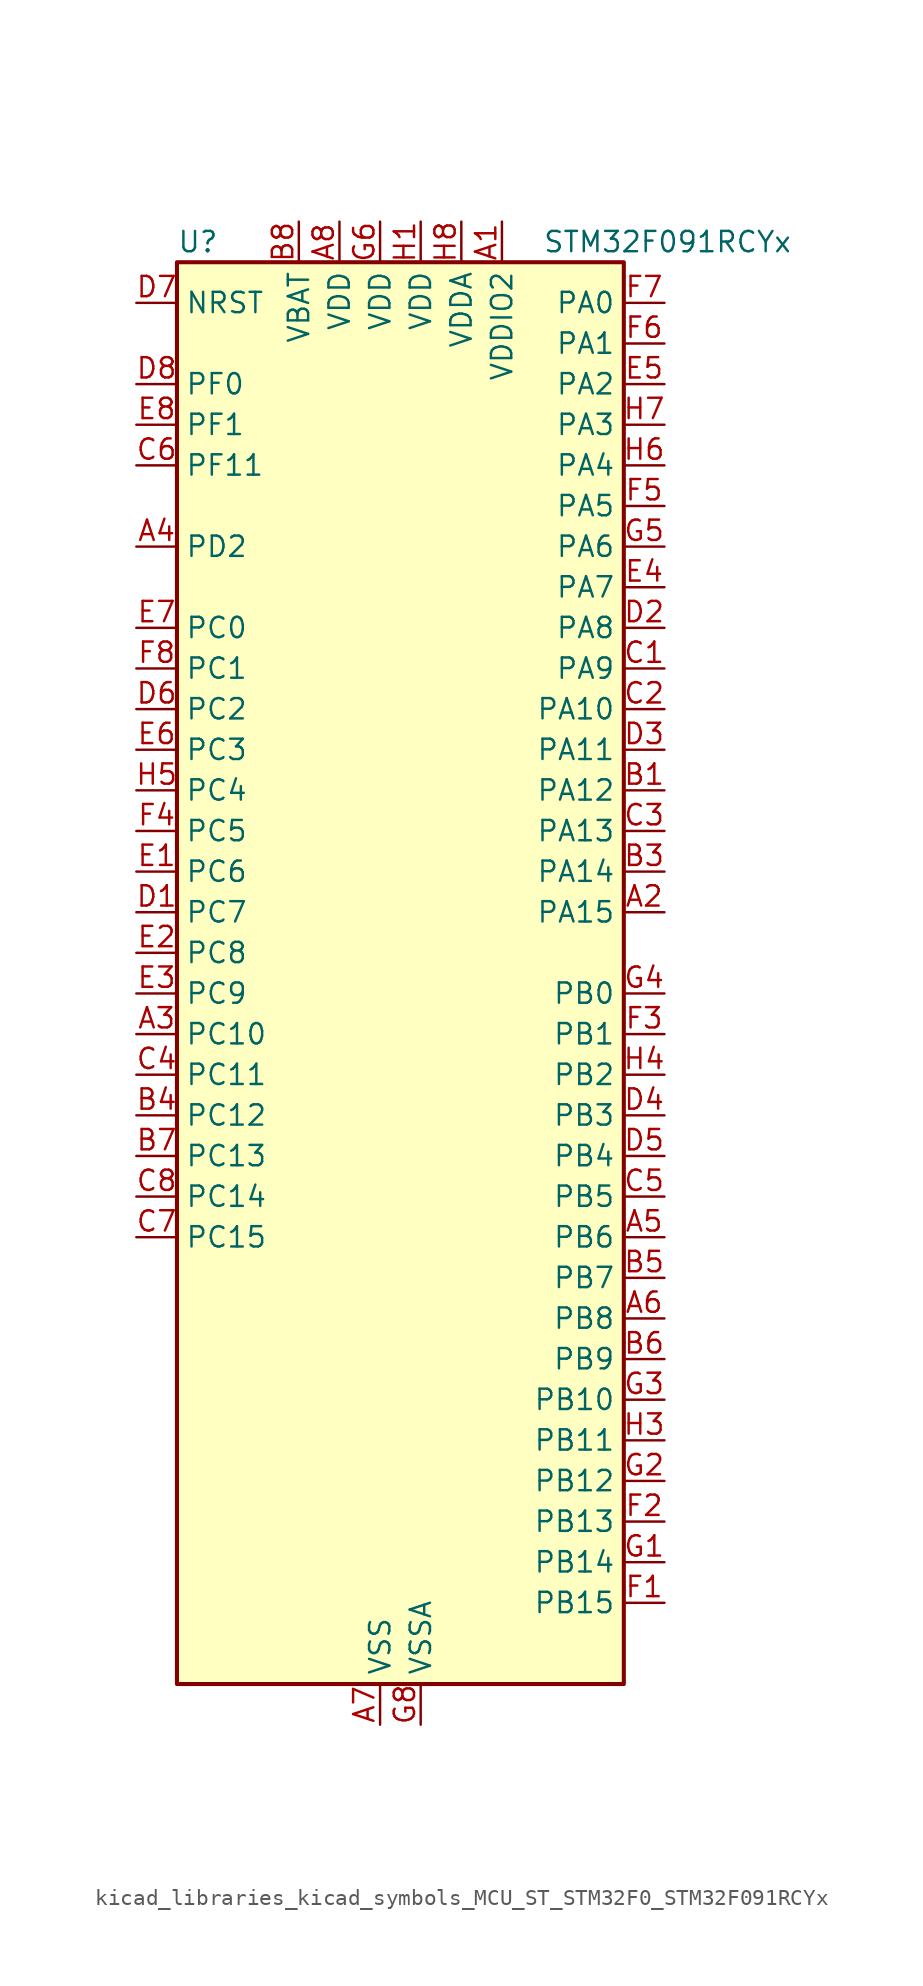
<source format=kicad_sym>
(kicad_symbol_lib
  (version 20220914)
  (generator kicad_symbol_editor)
  (symbol "kicad_libraries_kicad_symbols_MCU_ST_STM32F0_STM32F091RCYx"
    (property "Reference" "U"
      (at -12.7 46.99 0)
      (effects (font (size 1.27 1.27)) (justify left)))
    (property "Value" "STM32F091RCYx"
      (at 10.16 46.99 0)
      (effects (font (size 1.27 1.27)) (justify left)))
    (property "ki_locked" ""
      (at 0 0 0)
      (effects (font (size 1.27 1.27))))
    (symbol "kicad_libraries_kicad_symbols_MCU_ST_STM32F0_STM32F091RCYx_0_1"
      (rectangle (start -12.7 -43.18) (end 15.24 45.72) (stroke (width 0.254) (type default)) (fill (type background))))
    (symbol "kicad_libraries_kicad_symbols_MCU_ST_STM32F0_STM32F091RCYx_1_1"
      (pin power_in line (at 7.62 48.26 270) (length 2.54) (name "VDDIO2" (effects (font (size 1.27 1.27)))) (number "A1" (effects (font (size 1.27 1.27)))))
      (pin bidirectional line (at 17.78 5.08 180) (length 2.54) (name "PA15" (effects (font (size 1.27 1.27)))) (number "A2" (effects (font (size 1.27 1.27)))) (alternate "I2S1_WS" bidirectional line) (alternate "SPI1_NSS" bidirectional line) (alternate "TIM2_CH1" bidirectional line) (alternate "TIM2_ETR" bidirectional line) (alternate "USART2_RX" bidirectional line) (alternate "USART4_DE" bidirectional line) (alternate "USART4_RTS" bidirectional line))
      (pin bidirectional line (at -15.24 -2.54 0) (length 2.54) (name "PC10" (effects (font (size 1.27 1.27)))) (number "A3" (effects (font (size 1.27 1.27)))) (alternate "USART3_TX" bidirectional line) (alternate "USART4_TX" bidirectional line))
      (pin bidirectional line (at -15.24 27.94 0) (length 2.54) (name "PD2" (effects (font (size 1.27 1.27)))) (number "A4" (effects (font (size 1.27 1.27)))) (alternate "TIM3_ETR" bidirectional line) (alternate "USART3_DE" bidirectional line) (alternate "USART3_RTS" bidirectional line) (alternate "USART5_RX" bidirectional line))
      (pin bidirectional line (at 17.78 -15.24 180) (length 2.54) (name "PB6" (effects (font (size 1.27 1.27)))) (number "A5" (effects (font (size 1.27 1.27)))) (alternate "I2C1_SCL" bidirectional line) (alternate "TIM16_CH1N" bidirectional line) (alternate "TSC_G5_IO3" bidirectional line) (alternate "USART1_TX" bidirectional line))
      (pin bidirectional line (at 17.78 -20.32 180) (length 2.54) (name "PB8" (effects (font (size 1.27 1.27)))) (number "A6" (effects (font (size 1.27 1.27)))) (alternate "CAN_RX" bidirectional line) (alternate "CEC" bidirectional line) (alternate "I2C1_SCL" bidirectional line) (alternate "TIM16_CH1" bidirectional line) (alternate "TSC_SYNC" bidirectional line))
      (pin power_in line (at 0 -45.72 90) (length 2.54) (name "VSS" (effects (font (size 1.27 1.27)))) (number "A7" (effects (font (size 1.27 1.27)))))
      (pin power_in line (at -2.54 48.26 270) (length 2.54) (name "VDD" (effects (font (size 1.27 1.27)))) (number "A8" (effects (font (size 1.27 1.27)))))
      (pin bidirectional line (at 17.78 12.7 180) (length 2.54) (name "PA12" (effects (font (size 1.27 1.27)))) (number "B1" (effects (font (size 1.27 1.27)))) (alternate "CAN_TX" bidirectional line) (alternate "COMP2_OUT" bidirectional line) (alternate "I2C2_SDA" bidirectional line) (alternate "TIM1_ETR" bidirectional line) (alternate "TSC_G4_IO4" bidirectional line) (alternate "USART1_DE" bidirectional line) (alternate "USART1_RTS" bidirectional line))
      (pin passive line (at 0 -45.72 90) (length 2.54) hide (name "VSS" (effects (font (size 1.27 1.27)))) (number "B2" (effects (font (size 1.27 1.27)))))
      (pin bidirectional line (at 17.78 7.62 180) (length 2.54) (name "PA14" (effects (font (size 1.27 1.27)))) (number "B3" (effects (font (size 1.27 1.27)))) (alternate "SYS_SWCLK" bidirectional line) (alternate "USART2_TX" bidirectional line))
      (pin bidirectional line (at -15.24 -7.62 0) (length 2.54) (name "PC12" (effects (font (size 1.27 1.27)))) (number "B4" (effects (font (size 1.27 1.27)))) (alternate "USART3_CK" bidirectional line) (alternate "USART4_CK" bidirectional line) (alternate "USART5_TX" bidirectional line))
      (pin bidirectional line (at 17.78 -17.78 180) (length 2.54) (name "PB7" (effects (font (size 1.27 1.27)))) (number "B5" (effects (font (size 1.27 1.27)))) (alternate "I2C1_SDA" bidirectional line) (alternate "TIM17_CH1N" bidirectional line) (alternate "TSC_G5_IO4" bidirectional line) (alternate "USART1_RX" bidirectional line) (alternate "USART4_CTS" bidirectional line))
      (pin bidirectional line (at 17.78 -22.86 180) (length 2.54) (name "PB9" (effects (font (size 1.27 1.27)))) (number "B6" (effects (font (size 1.27 1.27)))) (alternate "CAN_TX" bidirectional line) (alternate "DAC_EXTI9" bidirectional line) (alternate "I2C1_SDA" bidirectional line) (alternate "I2S2_WS" bidirectional line) (alternate "IR_OUT" bidirectional line) (alternate "SPI2_NSS" bidirectional line) (alternate "TIM17_CH1" bidirectional line))
      (pin bidirectional line (at -15.24 -10.16 0) (length 2.54) (name "PC13" (effects (font (size 1.27 1.27)))) (number "B7" (effects (font (size 1.27 1.27)))) (alternate "RTC_OUT_ALARM" bidirectional line) (alternate "RTC_OUT_CALIB" bidirectional line) (alternate "RTC_TAMP1" bidirectional line) (alternate "RTC_TS" bidirectional line) (alternate "SYS_WKUP2" bidirectional line))
      (pin power_in line (at -5.08 48.26 270) (length 2.54) (name "VBAT" (effects (font (size 1.27 1.27)))) (number "B8" (effects (font (size 1.27 1.27)))))
      (pin bidirectional line (at 17.78 20.32 180) (length 2.54) (name "PA9" (effects (font (size 1.27 1.27)))) (number "C1" (effects (font (size 1.27 1.27)))) (alternate "DAC_EXTI9" bidirectional line) (alternate "I2C1_SCL" bidirectional line) (alternate "RCC_MCO" bidirectional line) (alternate "TIM15_BKIN" bidirectional line) (alternate "TIM1_CH2" bidirectional line) (alternate "TSC_G4_IO1" bidirectional line) (alternate "USART1_TX" bidirectional line))
      (pin bidirectional line (at 17.78 17.78 180) (length 2.54) (name "PA10" (effects (font (size 1.27 1.27)))) (number "C2" (effects (font (size 1.27 1.27)))) (alternate "I2C1_SDA" bidirectional line) (alternate "TIM17_BKIN" bidirectional line) (alternate "TIM1_CH3" bidirectional line) (alternate "TSC_G4_IO2" bidirectional line) (alternate "USART1_RX" bidirectional line))
      (pin bidirectional line (at 17.78 10.16 180) (length 2.54) (name "PA13" (effects (font (size 1.27 1.27)))) (number "C3" (effects (font (size 1.27 1.27)))) (alternate "IR_OUT" bidirectional line) (alternate "SYS_SWDIO" bidirectional line))
      (pin bidirectional line (at -15.24 -5.08 0) (length 2.54) (name "PC11" (effects (font (size 1.27 1.27)))) (number "C4" (effects (font (size 1.27 1.27)))) (alternate "USART3_RX" bidirectional line) (alternate "USART4_RX" bidirectional line))
      (pin bidirectional line (at 17.78 -12.7 180) (length 2.54) (name "PB5" (effects (font (size 1.27 1.27)))) (number "C5" (effects (font (size 1.27 1.27)))) (alternate "I2C1_SMBA" bidirectional line) (alternate "I2S1_SD" bidirectional line) (alternate "SPI1_MOSI" bidirectional line) (alternate "SYS_WKUP6" bidirectional line) (alternate "TIM16_BKIN" bidirectional line) (alternate "TIM3_CH2" bidirectional line) (alternate "USART5_CK" bidirectional line) (alternate "USART5_DE" bidirectional line) (alternate "USART5_RTS" bidirectional line))
      (pin bidirectional line (at -15.24 33.02 0) (length 2.54) (name "PF11" (effects (font (size 1.27 1.27)))) (number "C6" (effects (font (size 1.27 1.27)))))
      (pin bidirectional line (at -15.24 -15.24 0) (length 2.54) (name "PC15" (effects (font (size 1.27 1.27)))) (number "C7" (effects (font (size 1.27 1.27)))) (alternate "RCC_OSC32_OUT" bidirectional line))
      (pin bidirectional line (at -15.24 -12.7 0) (length 2.54) (name "PC14" (effects (font (size 1.27 1.27)))) (number "C8" (effects (font (size 1.27 1.27)))) (alternate "RCC_OSC32_IN" bidirectional line))
      (pin bidirectional line (at -15.24 5.08 0) (length 2.54) (name "PC7" (effects (font (size 1.27 1.27)))) (number "D1" (effects (font (size 1.27 1.27)))) (alternate "TIM3_CH2" bidirectional line) (alternate "USART7_RX" bidirectional line))
      (pin bidirectional line (at 17.78 22.86 180) (length 2.54) (name "PA8" (effects (font (size 1.27 1.27)))) (number "D2" (effects (font (size 1.27 1.27)))) (alternate "CRS_SYNC" bidirectional line) (alternate "RCC_MCO" bidirectional line) (alternate "TIM1_CH1" bidirectional line) (alternate "USART1_CK" bidirectional line))
      (pin bidirectional line (at 17.78 15.24 180) (length 2.54) (name "PA11" (effects (font (size 1.27 1.27)))) (number "D3" (effects (font (size 1.27 1.27)))) (alternate "CAN_RX" bidirectional line) (alternate "COMP1_OUT" bidirectional line) (alternate "I2C2_SCL" bidirectional line) (alternate "TIM1_CH4" bidirectional line) (alternate "TSC_G4_IO3" bidirectional line) (alternate "USART1_CTS" bidirectional line))
      (pin bidirectional line (at 17.78 -7.62 180) (length 2.54) (name "PB3" (effects (font (size 1.27 1.27)))) (number "D4" (effects (font (size 1.27 1.27)))) (alternate "I2S1_CK" bidirectional line) (alternate "SPI1_SCK" bidirectional line) (alternate "TIM2_CH2" bidirectional line) (alternate "TSC_G5_IO1" bidirectional line) (alternate "USART5_TX" bidirectional line))
      (pin bidirectional line (at 17.78 -10.16 180) (length 2.54) (name "PB4" (effects (font (size 1.27 1.27)))) (number "D5" (effects (font (size 1.27 1.27)))) (alternate "I2S1_MCK" bidirectional line) (alternate "SPI1_MISO" bidirectional line) (alternate "TIM17_BKIN" bidirectional line) (alternate "TIM3_CH1" bidirectional line) (alternate "TSC_G5_IO2" bidirectional line) (alternate "USART5_RX" bidirectional line))
      (pin bidirectional line (at -15.24 17.78 0) (length 2.54) (name "PC2" (effects (font (size 1.27 1.27)))) (number "D6" (effects (font (size 1.27 1.27)))) (alternate "ADC_IN12" bidirectional line) (alternate "I2S2_MCK" bidirectional line) (alternate "SPI2_MISO" bidirectional line) (alternate "USART8_TX" bidirectional line))
      (pin input line (at -15.24 43.18 0) (length 2.54) (name "NRST" (effects (font (size 1.27 1.27)))) (number "D7" (effects (font (size 1.27 1.27)))))
      (pin bidirectional line (at -15.24 38.1 0) (length 2.54) (name "PF0" (effects (font (size 1.27 1.27)))) (number "D8" (effects (font (size 1.27 1.27)))) (alternate "CRS_SYNC" bidirectional line) (alternate "I2C1_SDA" bidirectional line) (alternate "RCC_OSC_IN" bidirectional line))
      (pin bidirectional line (at -15.24 7.62 0) (length 2.54) (name "PC6" (effects (font (size 1.27 1.27)))) (number "E1" (effects (font (size 1.27 1.27)))) (alternate "TIM3_CH1" bidirectional line) (alternate "USART7_TX" bidirectional line))
      (pin bidirectional line (at -15.24 2.54 0) (length 2.54) (name "PC8" (effects (font (size 1.27 1.27)))) (number "E2" (effects (font (size 1.27 1.27)))) (alternate "TIM3_CH3" bidirectional line) (alternate "USART8_TX" bidirectional line))
      (pin bidirectional line (at -15.24 0 0) (length 2.54) (name "PC9" (effects (font (size 1.27 1.27)))) (number "E3" (effects (font (size 1.27 1.27)))) (alternate "DAC_EXTI9" bidirectional line) (alternate "TIM3_CH4" bidirectional line) (alternate "USART8_RX" bidirectional line))
      (pin bidirectional line (at 17.78 25.4 180) (length 2.54) (name "PA7" (effects (font (size 1.27 1.27)))) (number "E4" (effects (font (size 1.27 1.27)))) (alternate "ADC_IN7" bidirectional line) (alternate "COMP2_OUT" bidirectional line) (alternate "I2S1_SD" bidirectional line) (alternate "SPI1_MOSI" bidirectional line) (alternate "TIM14_CH1" bidirectional line) (alternate "TIM17_CH1" bidirectional line) (alternate "TIM1_CH1N" bidirectional line) (alternate "TIM3_CH2" bidirectional line) (alternate "TSC_G2_IO4" bidirectional line))
      (pin bidirectional line (at 17.78 38.1 180) (length 2.54) (name "PA2" (effects (font (size 1.27 1.27)))) (number "E5" (effects (font (size 1.27 1.27)))) (alternate "ADC_IN2" bidirectional line) (alternate "COMP2_INM" bidirectional line) (alternate "COMP2_OUT" bidirectional line) (alternate "SYS_WKUP4" bidirectional line) (alternate "TIM15_CH1" bidirectional line) (alternate "TIM2_CH3" bidirectional line) (alternate "TSC_G1_IO3" bidirectional line) (alternate "USART2_TX" bidirectional line))
      (pin bidirectional line (at -15.24 15.24 0) (length 2.54) (name "PC3" (effects (font (size 1.27 1.27)))) (number "E6" (effects (font (size 1.27 1.27)))) (alternate "ADC_IN13" bidirectional line) (alternate "I2S2_SD" bidirectional line) (alternate "SPI2_MOSI" bidirectional line) (alternate "USART8_RX" bidirectional line))
      (pin bidirectional line (at -15.24 22.86 0) (length 2.54) (name "PC0" (effects (font (size 1.27 1.27)))) (number "E7" (effects (font (size 1.27 1.27)))) (alternate "ADC_IN10" bidirectional line) (alternate "USART6_TX" bidirectional line) (alternate "USART7_TX" bidirectional line))
      (pin bidirectional line (at -15.24 35.56 0) (length 2.54) (name "PF1" (effects (font (size 1.27 1.27)))) (number "E8" (effects (font (size 1.27 1.27)))) (alternate "I2C1_SCL" bidirectional line) (alternate "RCC_OSC_OUT" bidirectional line))
      (pin bidirectional line (at 17.78 -38.1 180) (length 2.54) (name "PB15" (effects (font (size 1.27 1.27)))) (number "F1" (effects (font (size 1.27 1.27)))) (alternate "I2S2_SD" bidirectional line) (alternate "RTC_REFIN" bidirectional line) (alternate "SPI2_MOSI" bidirectional line) (alternate "SYS_WKUP7" bidirectional line) (alternate "TIM15_CH1N" bidirectional line) (alternate "TIM15_CH2" bidirectional line) (alternate "TIM1_CH3N" bidirectional line))
      (pin bidirectional line (at 17.78 -33.02 180) (length 2.54) (name "PB13" (effects (font (size 1.27 1.27)))) (number "F2" (effects (font (size 1.27 1.27)))) (alternate "I2C2_SCL" bidirectional line) (alternate "I2S2_CK" bidirectional line) (alternate "SPI2_SCK" bidirectional line) (alternate "TIM1_CH1N" bidirectional line) (alternate "TSC_G6_IO3" bidirectional line) (alternate "USART3_CTS" bidirectional line))
      (pin bidirectional line (at 17.78 -2.54 180) (length 2.54) (name "PB1" (effects (font (size 1.27 1.27)))) (number "F3" (effects (font (size 1.27 1.27)))) (alternate "ADC_IN9" bidirectional line) (alternate "TIM14_CH1" bidirectional line) (alternate "TIM1_CH3N" bidirectional line) (alternate "TIM3_CH4" bidirectional line) (alternate "TSC_G3_IO3" bidirectional line) (alternate "USART3_DE" bidirectional line) (alternate "USART3_RTS" bidirectional line))
      (pin bidirectional line (at -15.24 10.16 0) (length 2.54) (name "PC5" (effects (font (size 1.27 1.27)))) (number "F4" (effects (font (size 1.27 1.27)))) (alternate "ADC_IN15" bidirectional line) (alternate "SYS_WKUP5" bidirectional line) (alternate "TSC_G3_IO1" bidirectional line) (alternate "USART3_RX" bidirectional line))
      (pin bidirectional line (at 17.78 30.48 180) (length 2.54) (name "PA5" (effects (font (size 1.27 1.27)))) (number "F5" (effects (font (size 1.27 1.27)))) (alternate "ADC_IN5" bidirectional line) (alternate "CEC" bidirectional line) (alternate "COMP1_INM" bidirectional line) (alternate "COMP2_INM" bidirectional line) (alternate "DAC_OUT2" bidirectional line) (alternate "I2S1_CK" bidirectional line) (alternate "SPI1_SCK" bidirectional line) (alternate "TIM2_CH1" bidirectional line) (alternate "TIM2_ETR" bidirectional line) (alternate "TSC_G2_IO2" bidirectional line) (alternate "USART6_RX" bidirectional line))
      (pin bidirectional line (at 17.78 40.64 180) (length 2.54) (name "PA1" (effects (font (size 1.27 1.27)))) (number "F6" (effects (font (size 1.27 1.27)))) (alternate "ADC_IN1" bidirectional line) (alternate "COMP1_INP" bidirectional line) (alternate "TIM15_CH1N" bidirectional line) (alternate "TIM2_CH2" bidirectional line) (alternate "TSC_G1_IO2" bidirectional line) (alternate "USART2_DE" bidirectional line) (alternate "USART2_RTS" bidirectional line) (alternate "USART4_RX" bidirectional line))
      (pin bidirectional line (at 17.78 43.18 180) (length 2.54) (name "PA0" (effects (font (size 1.27 1.27)))) (number "F7" (effects (font (size 1.27 1.27)))) (alternate "ADC_IN0" bidirectional line) (alternate "COMP1_INM" bidirectional line) (alternate "COMP1_OUT" bidirectional line) (alternate "RTC_TAMP2" bidirectional line) (alternate "SYS_WKUP1" bidirectional line) (alternate "TIM2_CH1" bidirectional line) (alternate "TIM2_ETR" bidirectional line) (alternate "TSC_G1_IO1" bidirectional line) (alternate "USART2_CTS" bidirectional line) (alternate "USART4_TX" bidirectional line))
      (pin bidirectional line (at -15.24 20.32 0) (length 2.54) (name "PC1" (effects (font (size 1.27 1.27)))) (number "F8" (effects (font (size 1.27 1.27)))) (alternate "ADC_IN11" bidirectional line) (alternate "USART6_RX" bidirectional line) (alternate "USART7_RX" bidirectional line))
      (pin bidirectional line (at 17.78 -35.56 180) (length 2.54) (name "PB14" (effects (font (size 1.27 1.27)))) (number "G1" (effects (font (size 1.27 1.27)))) (alternate "I2C2_SDA" bidirectional line) (alternate "I2S2_MCK" bidirectional line) (alternate "SPI2_MISO" bidirectional line) (alternate "TIM15_CH1" bidirectional line) (alternate "TIM1_CH2N" bidirectional line) (alternate "TSC_G6_IO4" bidirectional line) (alternate "USART3_DE" bidirectional line) (alternate "USART3_RTS" bidirectional line))
      (pin bidirectional line (at 17.78 -30.48 180) (length 2.54) (name "PB12" (effects (font (size 1.27 1.27)))) (number "G2" (effects (font (size 1.27 1.27)))) (alternate "I2S2_WS" bidirectional line) (alternate "SPI2_NSS" bidirectional line) (alternate "TIM15_BKIN" bidirectional line) (alternate "TIM1_BKIN" bidirectional line) (alternate "TSC_G6_IO2" bidirectional line) (alternate "USART3_CK" bidirectional line))
      (pin bidirectional line (at 17.78 -25.4 180) (length 2.54) (name "PB10" (effects (font (size 1.27 1.27)))) (number "G3" (effects (font (size 1.27 1.27)))) (alternate "CEC" bidirectional line) (alternate "I2C2_SCL" bidirectional line) (alternate "I2S2_CK" bidirectional line) (alternate "SPI2_SCK" bidirectional line) (alternate "TIM2_CH3" bidirectional line) (alternate "TSC_SYNC" bidirectional line) (alternate "USART3_TX" bidirectional line))
      (pin bidirectional line (at 17.78 0 180) (length 2.54) (name "PB0" (effects (font (size 1.27 1.27)))) (number "G4" (effects (font (size 1.27 1.27)))) (alternate "ADC_IN8" bidirectional line) (alternate "TIM1_CH2N" bidirectional line) (alternate "TIM3_CH3" bidirectional line) (alternate "TSC_G3_IO2" bidirectional line) (alternate "USART3_CK" bidirectional line))
      (pin bidirectional line (at 17.78 27.94 180) (length 2.54) (name "PA6" (effects (font (size 1.27 1.27)))) (number "G5" (effects (font (size 1.27 1.27)))) (alternate "ADC_IN6" bidirectional line) (alternate "COMP1_OUT" bidirectional line) (alternate "I2S1_MCK" bidirectional line) (alternate "SPI1_MISO" bidirectional line) (alternate "TIM16_CH1" bidirectional line) (alternate "TIM1_BKIN" bidirectional line) (alternate "TIM3_CH1" bidirectional line) (alternate "TSC_G2_IO3" bidirectional line) (alternate "USART3_CTS" bidirectional line))
      (pin power_in line (at 0 48.26 270) (length 2.54) (name "VDD" (effects (font (size 1.27 1.27)))) (number "G6" (effects (font (size 1.27 1.27)))))
      (pin passive line (at 0 -45.72 90) (length 2.54) hide (name "VSS" (effects (font (size 1.27 1.27)))) (number "G7" (effects (font (size 1.27 1.27)))))
      (pin power_in line (at 2.54 -45.72 90) (length 2.54) (name "VSSA" (effects (font (size 1.27 1.27)))) (number "G8" (effects (font (size 1.27 1.27)))))
      (pin power_in line (at 2.54 48.26 270) (length 2.54) (name "VDD" (effects (font (size 1.27 1.27)))) (number "H1" (effects (font (size 1.27 1.27)))))
      (pin passive line (at 0 -45.72 90) (length 2.54) hide (name "VSS" (effects (font (size 1.27 1.27)))) (number "H2" (effects (font (size 1.27 1.27)))))
      (pin bidirectional line (at 17.78 -27.94 180) (length 2.54) (name "PB11" (effects (font (size 1.27 1.27)))) (number "H3" (effects (font (size 1.27 1.27)))) (alternate "I2C2_SDA" bidirectional line) (alternate "TIM2_CH4" bidirectional line) (alternate "TSC_G6_IO1" bidirectional line) (alternate "USART3_RX" bidirectional line))
      (pin bidirectional line (at 17.78 -5.08 180) (length 2.54) (name "PB2" (effects (font (size 1.27 1.27)))) (number "H4" (effects (font (size 1.27 1.27)))) (alternate "TSC_G3_IO4" bidirectional line))
      (pin bidirectional line (at -15.24 12.7 0) (length 2.54) (name "PC4" (effects (font (size 1.27 1.27)))) (number "H5" (effects (font (size 1.27 1.27)))) (alternate "ADC_IN14" bidirectional line) (alternate "USART3_TX" bidirectional line))
      (pin bidirectional line (at 17.78 33.02 180) (length 2.54) (name "PA4" (effects (font (size 1.27 1.27)))) (number "H6" (effects (font (size 1.27 1.27)))) (alternate "ADC_IN4" bidirectional line) (alternate "COMP1_INM" bidirectional line) (alternate "COMP2_INM" bidirectional line) (alternate "DAC_OUT1" bidirectional line) (alternate "I2S1_WS" bidirectional line) (alternate "SPI1_NSS" bidirectional line) (alternate "TIM14_CH1" bidirectional line) (alternate "TSC_G2_IO1" bidirectional line) (alternate "USART2_CK" bidirectional line) (alternate "USART6_TX" bidirectional line))
      (pin bidirectional line (at 17.78 35.56 180) (length 2.54) (name "PA3" (effects (font (size 1.27 1.27)))) (number "H7" (effects (font (size 1.27 1.27)))) (alternate "ADC_IN3" bidirectional line) (alternate "COMP2_INP" bidirectional line) (alternate "TIM15_CH2" bidirectional line) (alternate "TIM2_CH4" bidirectional line) (alternate "TSC_G1_IO4" bidirectional line) (alternate "USART2_RX" bidirectional line))
      (pin power_in line (at 5.08 48.26 270) (length 2.54) (name "VDDA" (effects (font (size 1.27 1.27)))) (number "H8" (effects (font (size 1.27 1.27))))))))
</source>
